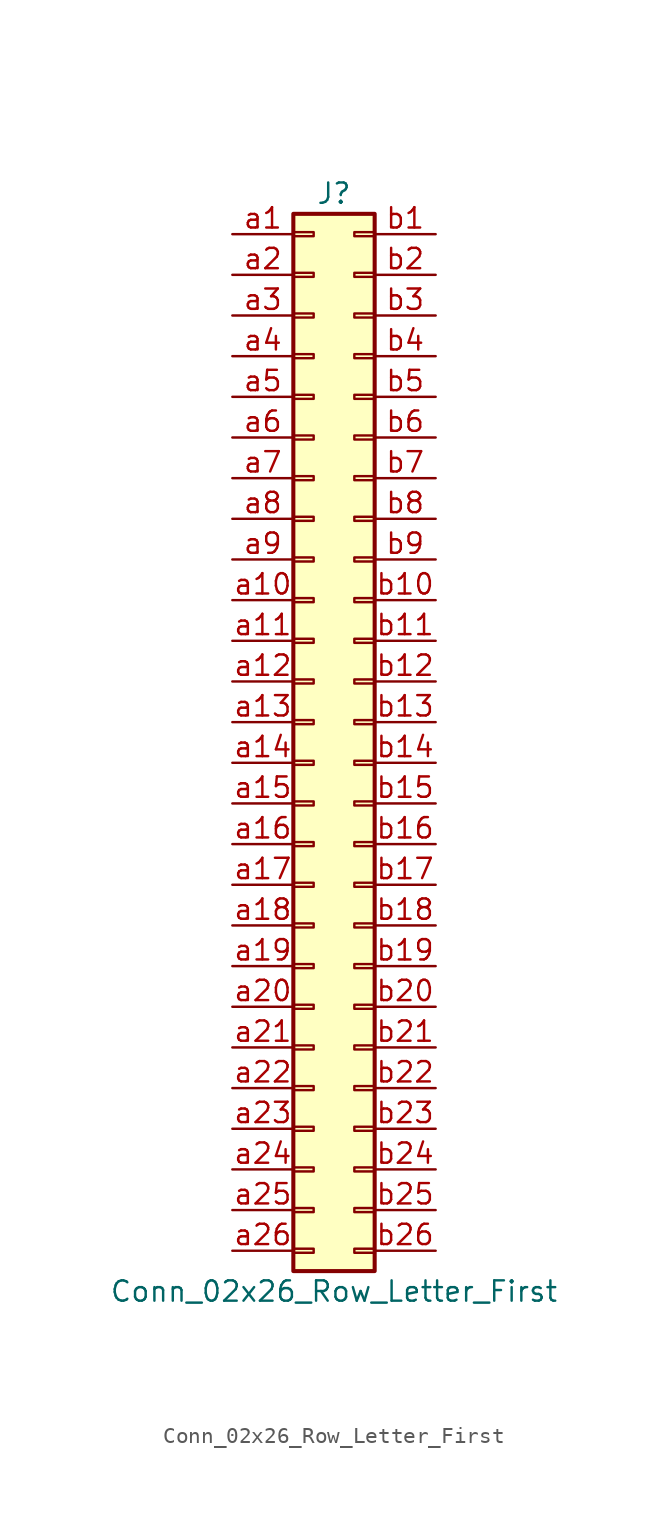
<source format=kicad_sym>
(kicad_symbol_lib
  (version 20201005)
  (generator kicad_symbol_editor)
  (symbol "Connector_Generic:Conn_02x26_Row_Letter_First"
    (pin_names
      (offset 1.016) hide)
    (property "Reference" "J"
      (at 1.27 33.02 0)
      (effects (font (size 1.27 1.27))))
    (property "Value" "Conn_02x26_Row_Letter_First"
      (at 1.27 -35.56 0)
      (effects (font (size 1.27 1.27))))
    (symbol "Conn_02x26_Row_Letter_First_1_1"
      (rectangle (start -1.27 -27.813) (end 0 -28.067) (stroke (width 0.152)) (fill (type none)))
      (rectangle (start -1.27 -30.353) (end 0 -30.607) (stroke (width 0.152)) (fill (type none)))
      (rectangle (start -1.27 -32.893) (end 0 -33.147) (stroke (width 0.152)) (fill (type none)))
      (rectangle (start -1.27 -4.953) (end 0 -5.207) (stroke (width 0.152)) (fill (type none)))
      (rectangle (start -1.27 -7.493) (end 0 -7.747) (stroke (width 0.152)) (fill (type none)))
      (rectangle (start -1.27 -10.033) (end 0 -10.287) (stroke (width 0.152)) (fill (type none)))
      (rectangle (start -1.27 -12.573) (end 0 -12.827) (stroke (width 0.152)) (fill (type none)))
      (rectangle (start -1.27 -15.113) (end 0 -15.367) (stroke (width 0.152)) (fill (type none)))
      (rectangle (start -1.27 -17.653) (end 0 -17.907) (stroke (width 0.152)) (fill (type none)))
      (rectangle (start -1.27 -20.193) (end 0 -20.447) (stroke (width 0.152)) (fill (type none)))
      (rectangle (start -1.27 -22.733) (end 0 -22.987) (stroke (width 0.152)) (fill (type none)))
      (rectangle (start -1.27 -2.413) (end 0 -2.667) (stroke (width 0.152)) (fill (type none)))
      (rectangle (start -1.27 -25.273) (end 0 -25.527) (stroke (width 0.152)) (fill (type none)))
      (rectangle (start -1.27 25.527) (end 0 25.273) (stroke (width 0.152)) (fill (type none)))
      (rectangle (start -1.27 2.667) (end 0 2.413) (stroke (width 0.152)) (fill (type none)))
      (rectangle (start -1.27 28.067) (end 0 27.813) (stroke (width 0.152)) (fill (type none)))
      (rectangle (start -1.27 30.607) (end 0 30.353) (stroke (width 0.152)) (fill (type none)))
      (rectangle (start -1.27 31.75) (end 3.81 -34.29) (stroke (width 0.254)) (fill (type background)))
      (rectangle (start -1.27 5.207) (end 0 4.953) (stroke (width 0.152)) (fill (type none)))
      (rectangle (start -1.27 7.747) (end 0 7.493) (stroke (width 0.152)) (fill (type none)))
      (rectangle (start -1.27 10.287) (end 0 10.033) (stroke (width 0.152)) (fill (type none)))
      (rectangle (start -1.27 0.127) (end 0 -0.127) (stroke (width 0.152)) (fill (type none)))
      (rectangle (start -1.27 12.827) (end 0 12.573) (stroke (width 0.152)) (fill (type none)))
      (rectangle (start -1.27 15.367) (end 0 15.113) (stroke (width 0.152)) (fill (type none)))
      (rectangle (start -1.27 17.907) (end 0 17.653) (stroke (width 0.152)) (fill (type none)))
      (rectangle (start -1.27 20.447) (end 0 20.193) (stroke (width 0.152)) (fill (type none)))
      (rectangle (start -1.27 22.987) (end 0 22.733) (stroke (width 0.152)) (fill (type none)))
      (rectangle (start 3.81 -27.813) (end 2.54 -28.067) (stroke (width 0.152)) (fill (type none)))
      (rectangle (start 3.81 -30.353) (end 2.54 -30.607) (stroke (width 0.152)) (fill (type none)))
      (rectangle (start 3.81 -32.893) (end 2.54 -33.147) (stroke (width 0.152)) (fill (type none)))
      (rectangle (start 3.81 -4.953) (end 2.54 -5.207) (stroke (width 0.152)) (fill (type none)))
      (rectangle (start 3.81 -7.493) (end 2.54 -7.747) (stroke (width 0.152)) (fill (type none)))
      (rectangle (start 3.81 -10.033) (end 2.54 -10.287) (stroke (width 0.152)) (fill (type none)))
      (rectangle (start 3.81 -12.573) (end 2.54 -12.827) (stroke (width 0.152)) (fill (type none)))
      (rectangle (start 3.81 -15.113) (end 2.54 -15.367) (stroke (width 0.152)) (fill (type none)))
      (rectangle (start 3.81 -17.653) (end 2.54 -17.907) (stroke (width 0.152)) (fill (type none)))
      (rectangle (start 3.81 -20.193) (end 2.54 -20.447) (stroke (width 0.152)) (fill (type none)))
      (rectangle (start 3.81 -22.733) (end 2.54 -22.987) (stroke (width 0.152)) (fill (type none)))
      (rectangle (start 3.81 -2.413) (end 2.54 -2.667) (stroke (width 0.152)) (fill (type none)))
      (rectangle (start 3.81 -25.273) (end 2.54 -25.527) (stroke (width 0.152)) (fill (type none)))
      (rectangle (start 3.81 25.527) (end 2.54 25.273) (stroke (width 0.152)) (fill (type none)))
      (rectangle (start 3.81 2.667) (end 2.54 2.413) (stroke (width 0.152)) (fill (type none)))
      (rectangle (start 3.81 28.067) (end 2.54 27.813) (stroke (width 0.152)) (fill (type none)))
      (rectangle (start 3.81 30.607) (end 2.54 30.353) (stroke (width 0.152)) (fill (type none)))
      (rectangle (start 3.81 5.207) (end 2.54 4.953) (stroke (width 0.152)) (fill (type none)))
      (rectangle (start 3.81 7.747) (end 2.54 7.493) (stroke (width 0.152)) (fill (type none)))
      (rectangle (start 3.81 10.287) (end 2.54 10.033) (stroke (width 0.152)) (fill (type none)))
      (rectangle (start 3.81 0.127) (end 2.54 -0.127) (stroke (width 0.152)) (fill (type none)))
      (rectangle (start 3.81 12.827) (end 2.54 12.573) (stroke (width 0.152)) (fill (type none)))
      (rectangle (start 3.81 15.367) (end 2.54 15.113) (stroke (width 0.152)) (fill (type none)))
      (rectangle (start 3.81 17.907) (end 2.54 17.653) (stroke (width 0.152)) (fill (type none)))
      (rectangle (start 3.81 20.447) (end 2.54 20.193) (stroke (width 0.152)) (fill (type none)))
      (rectangle (start 3.81 22.987) (end 2.54 22.733) (stroke (width 0.152)) (fill (type none)))
      (pin passive line (at -5.08 30.48 0) (length 3.81) (name "Pin_a1" (effects (font (size 1.27 1.27)))) (number "a1" (effects (font (size 1.27 1.27)))))
      (pin passive line (at -5.08 7.62 0) (length 3.81) (name "Pin_a10" (effects (font (size 1.27 1.27)))) (number "a10" (effects (font (size 1.27 1.27)))))
      (pin passive line (at -5.08 5.08 0) (length 3.81) (name "Pin_a11" (effects (font (size 1.27 1.27)))) (number "a11" (effects (font (size 1.27 1.27)))))
      (pin passive line (at -5.08 2.54 0) (length 3.81) (name "Pin_a12" (effects (font (size 1.27 1.27)))) (number "a12" (effects (font (size 1.27 1.27)))))
      (pin passive line (at -5.08 0 0) (length 3.81) (name "Pin_a13" (effects (font (size 1.27 1.27)))) (number "a13" (effects (font (size 1.27 1.27)))))
      (pin passive line (at -5.08 -2.54 0) (length 3.81) (name "Pin_a14" (effects (font (size 1.27 1.27)))) (number "a14" (effects (font (size 1.27 1.27)))))
      (pin passive line (at -5.08 -5.08 0) (length 3.81) (name "Pin_a15" (effects (font (size 1.27 1.27)))) (number "a15" (effects (font (size 1.27 1.27)))))
      (pin passive line (at -5.08 -7.62 0) (length 3.81) (name "Pin_a16" (effects (font (size 1.27 1.27)))) (number "a16" (effects (font (size 1.27 1.27)))))
      (pin passive line (at -5.08 -10.16 0) (length 3.81) (name "Pin_a17" (effects (font (size 1.27 1.27)))) (number "a17" (effects (font (size 1.27 1.27)))))
      (pin passive line (at -5.08 -12.7 0) (length 3.81) (name "Pin_a18" (effects (font (size 1.27 1.27)))) (number "a18" (effects (font (size 1.27 1.27)))))
      (pin passive line (at -5.08 -15.24 0) (length 3.81) (name "Pin_a19" (effects (font (size 1.27 1.27)))) (number "a19" (effects (font (size 1.27 1.27)))))
      (pin passive line (at -5.08 27.94 0) (length 3.81) (name "Pin_a2" (effects (font (size 1.27 1.27)))) (number "a2" (effects (font (size 1.27 1.27)))))
      (pin passive line (at -5.08 -17.78 0) (length 3.81) (name "Pin_a20" (effects (font (size 1.27 1.27)))) (number "a20" (effects (font (size 1.27 1.27)))))
      (pin passive line (at -5.08 -20.32 0) (length 3.81) (name "Pin_a21" (effects (font (size 1.27 1.27)))) (number "a21" (effects (font (size 1.27 1.27)))))
      (pin passive line (at -5.08 -22.86 0) (length 3.81) (name "Pin_a22" (effects (font (size 1.27 1.27)))) (number "a22" (effects (font (size 1.27 1.27)))))
      (pin passive line (at -5.08 -25.4 0) (length 3.81) (name "Pin_a23" (effects (font (size 1.27 1.27)))) (number "a23" (effects (font (size 1.27 1.27)))))
      (pin passive line (at -5.08 -27.94 0) (length 3.81) (name "Pin_a24" (effects (font (size 1.27 1.27)))) (number "a24" (effects (font (size 1.27 1.27)))))
      (pin passive line (at -5.08 -30.48 0) (length 3.81) (name "Pin_a25" (effects (font (size 1.27 1.27)))) (number "a25" (effects (font (size 1.27 1.27)))))
      (pin passive line (at -5.08 -33.02 0) (length 3.81) (name "Pin_a26" (effects (font (size 1.27 1.27)))) (number "a26" (effects (font (size 1.27 1.27)))))
      (pin passive line (at -5.08 25.4 0) (length 3.81) (name "Pin_a3" (effects (font (size 1.27 1.27)))) (number "a3" (effects (font (size 1.27 1.27)))))
      (pin passive line (at -5.08 22.86 0) (length 3.81) (name "Pin_a4" (effects (font (size 1.27 1.27)))) (number "a4" (effects (font (size 1.27 1.27)))))
      (pin passive line (at -5.08 20.32 0) (length 3.81) (name "Pin_a5" (effects (font (size 1.27 1.27)))) (number "a5" (effects (font (size 1.27 1.27)))))
      (pin passive line (at -5.08 17.78 0) (length 3.81) (name "Pin_a6" (effects (font (size 1.27 1.27)))) (number "a6" (effects (font (size 1.27 1.27)))))
      (pin passive line (at -5.08 15.24 0) (length 3.81) (name "Pin_a7" (effects (font (size 1.27 1.27)))) (number "a7" (effects (font (size 1.27 1.27)))))
      (pin passive line (at -5.08 12.7 0) (length 3.81) (name "Pin_a8" (effects (font (size 1.27 1.27)))) (number "a8" (effects (font (size 1.27 1.27)))))
      (pin passive line (at -5.08 10.16 0) (length 3.81) (name "Pin_a9" (effects (font (size 1.27 1.27)))) (number "a9" (effects (font (size 1.27 1.27)))))
      (pin passive line (at 7.62 30.48 180) (length 3.81) (name "Pin_b1" (effects (font (size 1.27 1.27)))) (number "b1" (effects (font (size 1.27 1.27)))))
      (pin passive line (at 7.62 7.62 180) (length 3.81) (name "Pin_b10" (effects (font (size 1.27 1.27)))) (number "b10" (effects (font (size 1.27 1.27)))))
      (pin passive line (at 7.62 5.08 180) (length 3.81) (name "Pin_b11" (effects (font (size 1.27 1.27)))) (number "b11" (effects (font (size 1.27 1.27)))))
      (pin passive line (at 7.62 2.54 180) (length 3.81) (name "Pin_b12" (effects (font (size 1.27 1.27)))) (number "b12" (effects (font (size 1.27 1.27)))))
      (pin passive line (at 7.62 0 180) (length 3.81) (name "Pin_b13" (effects (font (size 1.27 1.27)))) (number "b13" (effects (font (size 1.27 1.27)))))
      (pin passive line (at 7.62 -2.54 180) (length 3.81) (name "Pin_b14" (effects (font (size 1.27 1.27)))) (number "b14" (effects (font (size 1.27 1.27)))))
      (pin passive line (at 7.62 -5.08 180) (length 3.81) (name "Pin_b15" (effects (font (size 1.27 1.27)))) (number "b15" (effects (font (size 1.27 1.27)))))
      (pin passive line (at 7.62 -7.62 180) (length 3.81) (name "Pin_b16" (effects (font (size 1.27 1.27)))) (number "b16" (effects (font (size 1.27 1.27)))))
      (pin passive line (at 7.62 -10.16 180) (length 3.81) (name "Pin_b17" (effects (font (size 1.27 1.27)))) (number "b17" (effects (font (size 1.27 1.27)))))
      (pin passive line (at 7.62 -12.7 180) (length 3.81) (name "Pin_b18" (effects (font (size 1.27 1.27)))) (number "b18" (effects (font (size 1.27 1.27)))))
      (pin passive line (at 7.62 -15.24 180) (length 3.81) (name "Pin_b19" (effects (font (size 1.27 1.27)))) (number "b19" (effects (font (size 1.27 1.27)))))
      (pin passive line (at 7.62 27.94 180) (length 3.81) (name "Pin_b2" (effects (font (size 1.27 1.27)))) (number "b2" (effects (font (size 1.27 1.27)))))
      (pin passive line (at 7.62 -17.78 180) (length 3.81) (name "Pin_b20" (effects (font (size 1.27 1.27)))) (number "b20" (effects (font (size 1.27 1.27)))))
      (pin passive line (at 7.62 -20.32 180) (length 3.81) (name "Pin_b21" (effects (font (size 1.27 1.27)))) (number "b21" (effects (font (size 1.27 1.27)))))
      (pin passive line (at 7.62 -22.86 180) (length 3.81) (name "Pin_b22" (effects (font (size 1.27 1.27)))) (number "b22" (effects (font (size 1.27 1.27)))))
      (pin passive line (at 7.62 -25.4 180) (length 3.81) (name "Pin_b23" (effects (font (size 1.27 1.27)))) (number "b23" (effects (font (size 1.27 1.27)))))
      (pin passive line (at 7.62 -27.94 180) (length 3.81) (name "Pin_b24" (effects (font (size 1.27 1.27)))) (number "b24" (effects (font (size 1.27 1.27)))))
      (pin passive line (at 7.62 -30.48 180) (length 3.81) (name "Pin_b25" (effects (font (size 1.27 1.27)))) (number "b25" (effects (font (size 1.27 1.27)))))
      (pin passive line (at 7.62 -33.02 180) (length 3.81) (name "Pin_b26" (effects (font (size 1.27 1.27)))) (number "b26" (effects (font (size 1.27 1.27)))))
      (pin passive line (at 7.62 25.4 180) (length 3.81) (name "Pin_b3" (effects (font (size 1.27 1.27)))) (number "b3" (effects (font (size 1.27 1.27)))))
      (pin passive line (at 7.62 22.86 180) (length 3.81) (name "Pin_b4" (effects (font (size 1.27 1.27)))) (number "b4" (effects (font (size 1.27 1.27)))))
      (pin passive line (at 7.62 20.32 180) (length 3.81) (name "Pin_b5" (effects (font (size 1.27 1.27)))) (number "b5" (effects (font (size 1.27 1.27)))))
      (pin passive line (at 7.62 17.78 180) (length 3.81) (name "Pin_b6" (effects (font (size 1.27 1.27)))) (number "b6" (effects (font (size 1.27 1.27)))))
      (pin passive line (at 7.62 15.24 180) (length 3.81) (name "Pin_b7" (effects (font (size 1.27 1.27)))) (number "b7" (effects (font (size 1.27 1.27)))))
      (pin passive line (at 7.62 12.7 180) (length 3.81) (name "Pin_b8" (effects (font (size 1.27 1.27)))) (number "b8" (effects (font (size 1.27 1.27)))))
      (pin passive line (at 7.62 10.16 180) (length 3.81) (name "Pin_b9" (effects (font (size 1.27 1.27)))) (number "b9" (effects (font (size 1.27 1.27))))))))
</source>
